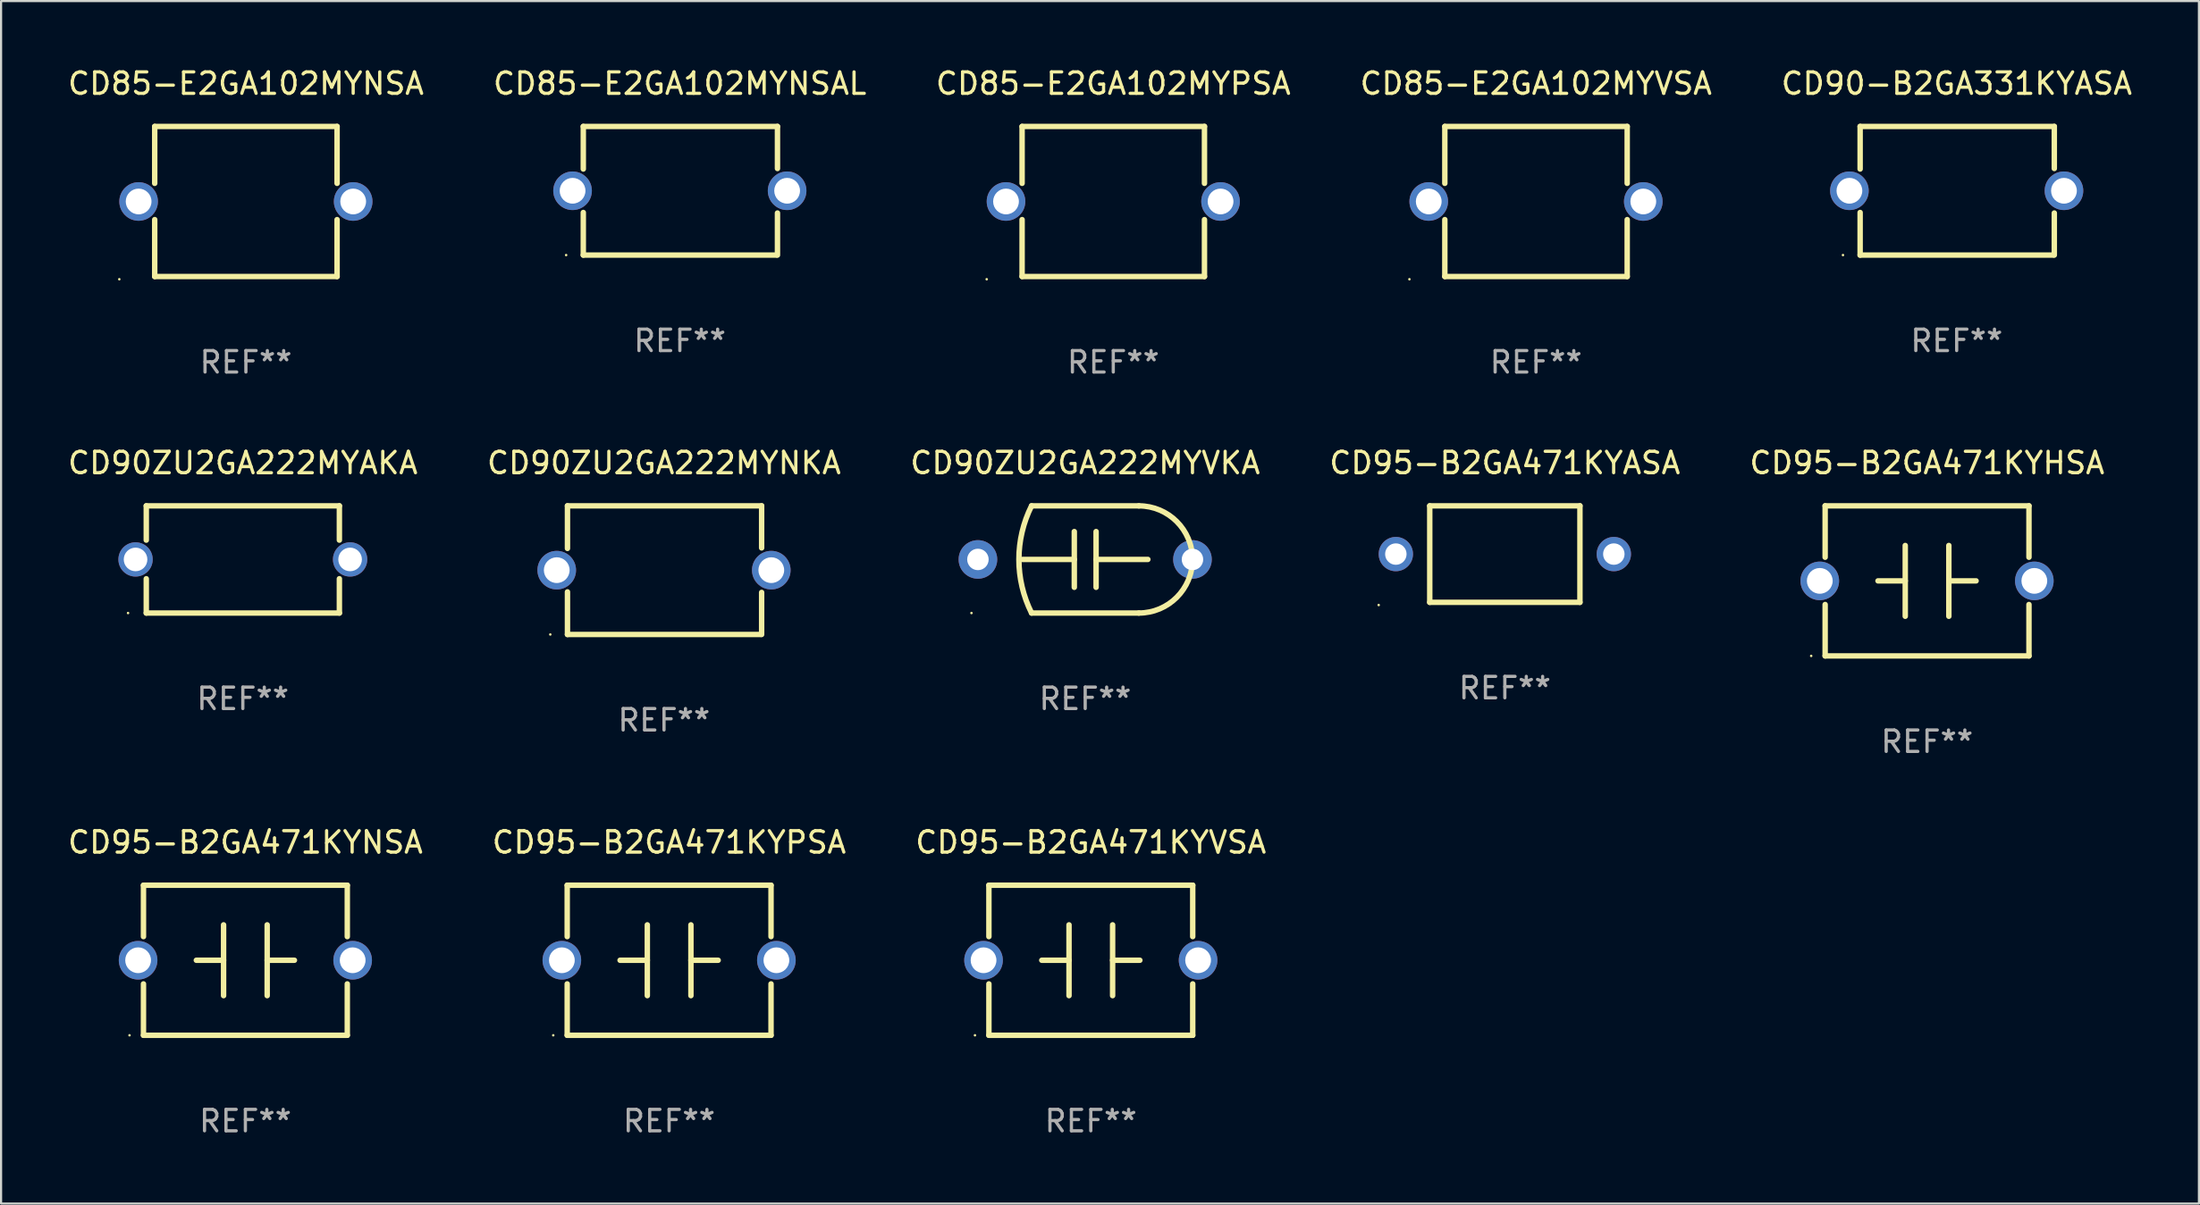
<source format=kicad_pcb>
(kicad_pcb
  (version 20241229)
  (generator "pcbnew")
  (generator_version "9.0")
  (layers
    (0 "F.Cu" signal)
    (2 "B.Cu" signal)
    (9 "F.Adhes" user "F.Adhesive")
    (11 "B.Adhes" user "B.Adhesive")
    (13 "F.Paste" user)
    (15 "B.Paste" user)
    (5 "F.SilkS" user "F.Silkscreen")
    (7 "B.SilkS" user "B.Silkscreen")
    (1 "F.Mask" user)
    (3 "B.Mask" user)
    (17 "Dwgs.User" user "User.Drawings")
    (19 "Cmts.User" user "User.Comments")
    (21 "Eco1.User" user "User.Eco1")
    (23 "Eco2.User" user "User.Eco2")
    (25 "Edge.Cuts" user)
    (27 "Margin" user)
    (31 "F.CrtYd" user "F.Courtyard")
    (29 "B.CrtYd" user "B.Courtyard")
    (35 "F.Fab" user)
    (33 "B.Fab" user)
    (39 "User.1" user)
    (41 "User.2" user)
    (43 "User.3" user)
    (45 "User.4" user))
  (footprint "CD95-B2GA471KYPSA"
    (layer "F.Cu")
    (at 28.137 41.741)
    (property "Reference" "CD95-B2GA471KYPSA" (at 0 -5.5 0) (layer "F.SilkS") (effects (font (size 1 1) (thickness 0.15))))
    (attr through_hole)
    (fp_line (start -4.75 -3.5) (end -4.75 -1.103) (stroke (width 0.254) (type solid)) (layer "F.SilkS"))
    (fp_line (start -4.75 -3.5) (end 4.75 -3.5) (stroke (width 0.254) (type solid)) (layer "F.SilkS"))
    (fp_line (start -4.75 1.103) (end -4.75 3.5) (stroke (width 0.254) (type solid)) (layer "F.SilkS"))
    (fp_line (start -1.016 0) (end -2.286 0) (stroke (width 0.254) (type solid)) (layer "F.SilkS"))
    (fp_line (start -1.016 1.651) (end -1.016 -1.651) (stroke (width 0.254) (type solid)) (layer "F.SilkS"))
    (fp_line (start 1.016 -1.651) (end 1.016 1.651) (stroke (width 0.254) (type solid)) (layer "F.SilkS"))
    (fp_line (start 1.016 0) (end 2.286 0) (stroke (width 0.254) (type solid)) (layer "F.SilkS"))
    (fp_line (start 4.75 -3.5) (end 4.75 -1.103) (stroke (width 0.254) (type solid)) (layer "F.SilkS"))
    (fp_line (start 4.75 1.103) (end 4.75 3.5) (stroke (width 0.254) (type solid)) (layer "F.SilkS"))
    (fp_line (start 4.75 3.5) (end -4.75 3.5) (stroke (width 0.254) (type solid)) (layer "F.SilkS"))
    (fp_circle (center -5.4 3.5) (end -5.37 3.5) (stroke (width 0.06) (type solid)) (fill no) (layer "F.SilkS"))
    (fp_text user "REF**" (at 0 7.5 0) (layer "F.Fab") (effects (font (size 1 1) (thickness 0.15))))
    (pad "1" thru_hole circle (at -5 0) (size 1.8 1.8) (drill 1.2) (layers "*.Cu" "*.Mask"))
    (pad "2" thru_hole circle (at 5 0) (size 1.8 1.8) (drill 1.2) (layers "*.Cu" "*.Mask")))
  (footprint "CD85-E2GA102MYPSA"
    (layer "F.Cu")
    (at 48.839 6.348)
    (property "Reference" "CD85-E2GA102MYPSA" (at 0 -5.5 0) (layer "F.SilkS") (effects (font (size 1 1) (thickness 0.15))))
    (attr through_hole)
    (fp_line (start -4.25 -3.5) (end -4.25 -0.846) (stroke (width 0.254) (type solid)) (layer "F.SilkS"))
    (fp_line (start -4.25 -3.5) (end 4.25 -3.5) (stroke (width 0.254) (type solid)) (layer "F.SilkS"))
    (fp_line (start -4.25 0.846) (end -4.25 3.5) (stroke (width 0.254) (type solid)) (layer "F.SilkS"))
    (fp_line (start 4.25 -3.5) (end 4.25 -0.846) (stroke (width 0.254) (type solid)) (layer "F.SilkS"))
    (fp_line (start 4.25 0.846) (end 4.25 3.5) (stroke (width 0.254) (type solid)) (layer "F.SilkS"))
    (fp_line (start 4.25 3.5) (end -4.25 3.5) (stroke (width 0.254) (type solid)) (layer "F.SilkS"))
    (fp_circle (center -5.9 3.627) (end -5.87 3.627) (stroke (width 0.06) (type solid)) (fill no) (layer "F.SilkS"))
    (fp_text user "REF**" (at 0 7.5 0) (layer "F.Fab") (effects (font (size 1 1) (thickness 0.15))))
    (pad "1" thru_hole circle (at -5 0) (size 1.8 1.8) (drill 1.2) (layers "*.Cu" "*.Mask"))
    (pad "2" thru_hole circle (at 5 0) (size 1.8 1.8) (drill 1.2) (layers "*.Cu" "*.Mask")))
  (footprint "CD85-E2GA102MYNSAL"
    (layer "F.Cu")
    (at 28.637 5.848)
    (property "Reference" "CD85-E2GA102MYNSAL" (at 0 -5 0) (layer "F.SilkS") (effects (font (size 1 1) (thickness 0.15))))
    (attr through_hole)
    (fp_line (start -4.5 -3) (end -4.5 -1.014) (stroke (width 0.254) (type solid)) (layer "F.SilkS"))
    (fp_line (start -4.5 -3) (end 4.55 -3) (stroke (width 0.254) (type solid)) (layer "F.SilkS"))
    (fp_line (start -4.5 1.014) (end -4.5 3) (stroke (width 0.254) (type solid)) (layer "F.SilkS"))
    (fp_line (start -4.5 3) (end 4.5 3) (stroke (width 0.254) (type solid)) (layer "F.SilkS"))
    (fp_line (start 4.55 -3) (end 4.55 -1.038) (stroke (width 0.254) (type solid)) (layer "F.SilkS"))
    (fp_line (start 4.55 1.038) (end 4.55 3) (stroke (width 0.254) (type solid)) (layer "F.SilkS"))
    (fp_circle (center -5.3 3) (end -5.27 3) (stroke (width 0.06) (type solid)) (fill no) (layer "F.SilkS"))
    (fp_text user "REF**" (at 0 7 0) (layer "F.Fab") (effects (font (size 1 1) (thickness 0.15))))
    (pad "1" thru_hole circle (at -5 0) (size 1.8 1.8) (drill 1.2) (layers "*.Cu" "*.Mask"))
    (pad "2" thru_hole circle (at 5 0) (size 1.8 1.8) (drill 1.2) (layers "*.Cu" "*.Mask")))
  (footprint "CD95-B2GA471KYVSA"
    (layer "F.Cu")
    (at 47.792 41.741)
    (property "Reference" "CD95-B2GA471KYVSA" (at 0 -5.5 0) (layer "F.SilkS") (effects (font (size 1 1) (thickness 0.15))))
    (attr through_hole)
    (fp_line (start -4.75 -3.5) (end -4.75 -1.103) (stroke (width 0.254) (type solid)) (layer "F.SilkS"))
    (fp_line (start -4.75 -3.5) (end 4.75 -3.5) (stroke (width 0.254) (type solid)) (layer "F.SilkS"))
    (fp_line (start -4.75 1.103) (end -4.75 3.5) (stroke (width 0.254) (type solid)) (layer "F.SilkS"))
    (fp_line (start -1.016 0) (end -2.286 0) (stroke (width 0.254) (type solid)) (layer "F.SilkS"))
    (fp_line (start -1.016 1.651) (end -1.016 -1.651) (stroke (width 0.254) (type solid)) (layer "F.SilkS"))
    (fp_line (start 1.016 -1.651) (end 1.016 1.651) (stroke (width 0.254) (type solid)) (layer "F.SilkS"))
    (fp_line (start 1.016 0) (end 2.286 0) (stroke (width 0.254) (type solid)) (layer "F.SilkS"))
    (fp_line (start 4.75 -3.5) (end 4.75 -1.103) (stroke (width 0.254) (type solid)) (layer "F.SilkS"))
    (fp_line (start 4.75 1.103) (end 4.75 3.5) (stroke (width 0.254) (type solid)) (layer "F.SilkS"))
    (fp_line (start 4.75 3.5) (end -4.75 3.5) (stroke (width 0.254) (type solid)) (layer "F.SilkS"))
    (fp_circle (center -5.4 3.5) (end -5.37 3.5) (stroke (width 0.06) (type solid)) (fill no) (layer "F.SilkS"))
    (fp_text user "REF**" (at 0 7.5 0) (layer "F.Fab") (effects (font (size 1 1) (thickness 0.15))))
    (pad "1" thru_hole circle (at -5 0) (size 1.8 1.8) (drill 1.2) (layers "*.Cu" "*.Mask"))
    (pad "2" thru_hole circle (at 5 0) (size 1.8 1.8) (drill 1.2) (layers "*.Cu" "*.Mask")))
  (footprint "CD95-B2GA471KYNSA"
    (layer "F.Cu")
    (at 8.387 41.741)
    (property "Reference" "CD95-B2GA471KYNSA" (at 0 -5.5 0) (layer "F.SilkS") (effects (font (size 1 1) (thickness 0.15))))
    (attr through_hole)
    (fp_line (start -4.75 -3.5) (end -4.75 -1.103) (stroke (width 0.254) (type solid)) (layer "F.SilkS"))
    (fp_line (start -4.75 -3.5) (end 4.75 -3.5) (stroke (width 0.254) (type solid)) (layer "F.SilkS"))
    (fp_line (start -4.75 1.103) (end -4.75 3.5) (stroke (width 0.254) (type solid)) (layer "F.SilkS"))
    (fp_line (start -1.016 0) (end -2.286 0) (stroke (width 0.254) (type solid)) (layer "F.SilkS"))
    (fp_line (start -1.016 1.651) (end -1.016 -1.651) (stroke (width 0.254) (type solid)) (layer "F.SilkS"))
    (fp_line (start 1.016 -1.651) (end 1.016 1.651) (stroke (width 0.254) (type solid)) (layer "F.SilkS"))
    (fp_line (start 1.016 0) (end 2.286 0) (stroke (width 0.254) (type solid)) (layer "F.SilkS"))
    (fp_line (start 4.75 -3.5) (end 4.75 -1.103) (stroke (width 0.254) (type solid)) (layer "F.SilkS"))
    (fp_line (start 4.75 1.103) (end 4.75 3.5) (stroke (width 0.254) (type solid)) (layer "F.SilkS"))
    (fp_line (start 4.75 3.5) (end -4.75 3.5) (stroke (width 0.254) (type solid)) (layer "F.SilkS"))
    (fp_circle (center -5.4 3.5) (end -5.37 3.5) (stroke (width 0.06) (type solid)) (fill no) (layer "F.SilkS"))
    (fp_text user "REF**" (at 0 7.5 0) (layer "F.Fab") (effects (font (size 1 1) (thickness 0.15))))
    (pad "1" thru_hole circle (at -5 0) (size 1.8 1.8) (drill 1.2) (layers "*.Cu" "*.Mask"))
    (pad "2" thru_hole circle (at 5 0) (size 1.8 1.8) (drill 1.2) (layers "*.Cu" "*.Mask")))
  (footprint "CD85-E2GA102MYVSA"
    (layer "F.Cu")
    (at 68.542 6.348)
    (property "Reference" "CD85-E2GA102MYVSA" (at 0 -5.5 0) (layer "F.SilkS") (effects (font (size 1 1) (thickness 0.15))))
    (attr through_hole)
    (fp_line (start -4.25 -3.5) (end -4.25 -0.846) (stroke (width 0.254) (type solid)) (layer "F.SilkS"))
    (fp_line (start -4.25 -3.5) (end 4.25 -3.5) (stroke (width 0.254) (type solid)) (layer "F.SilkS"))
    (fp_line (start -4.25 0.846) (end -4.25 3.5) (stroke (width 0.254) (type solid)) (layer "F.SilkS"))
    (fp_line (start 4.25 -3.5) (end 4.25 -0.846) (stroke (width 0.254) (type solid)) (layer "F.SilkS"))
    (fp_line (start 4.25 0.846) (end 4.25 3.5) (stroke (width 0.254) (type solid)) (layer "F.SilkS"))
    (fp_line (start 4.25 3.5) (end -4.25 3.5) (stroke (width 0.254) (type solid)) (layer "F.SilkS"))
    (fp_circle (center -5.9 3.627) (end -5.87 3.627) (stroke (width 0.06) (type solid)) (fill no) (layer "F.SilkS"))
    (fp_text user "REF**" (at 0 7.5 0) (layer "F.Fab") (effects (font (size 1 1) (thickness 0.15))))
    (pad "1" thru_hole circle (at -5 0) (size 1.8 1.8) (drill 1.2) (layers "*.Cu" "*.Mask"))
    (pad "2" thru_hole circle (at 5 0) (size 1.8 1.8) (drill 1.2) (layers "*.Cu" "*.Mask")))
  (footprint "CD90ZU2GA222MYVKA"
    (layer "F.Cu")
    (at 47.53 23.045)
    (property "Reference" "CD90ZU2GA222MYVKA" (at 0 -4.5 0) (layer "F.SilkS") (effects (font (size 1 1) (thickness 0.15))))
    (attr through_hole)
    (fp_line (start -2.5 -2.5) (end 2.5 -2.5) (stroke (width 0.254) (type solid)) (layer "F.SilkS"))
    (fp_line (start -0.508 -1.3) (end -0.508 1.3) (stroke (width 0.254) (type solid)) (layer "F.SilkS"))
    (fp_line (start -0.508 0.000305) (end -2.921 0.000305) (stroke (width 0.254) (type solid)) (layer "F.SilkS"))
    (fp_line (start 0.508 -0.000305) (end 2.921 -0.000305) (stroke (width 0.254) (type solid)) (layer "F.SilkS"))
    (fp_line (start 0.508 1.3) (end 0.508 -1.3) (stroke (width 0.254) (type solid)) (layer "F.SilkS"))
    (fp_line (start 2.5 2.5) (end -2.5 2.5) (stroke (width 0.254) (type solid)) (layer "F.SilkS"))
    (fp_arc (start -2.499365 2.499365) (mid -3.089676 -0.000243) (end -2.5 -2.5) (stroke (width 0.254001) (type solid)) (layer "F.SilkS"))
    (fp_arc (start 2.499366 -2.499364) (mid 4.99906 0.000001) (end 2.5 2.5) (stroke (width 0.254001) (type solid)) (layer "F.SilkS"))
    (fp_circle (center -5.3 2.5) (end -5.27 2.5) (stroke (width 0.06) (type solid)) (fill no) (layer "F.SilkS"))
    (fp_text user "REF**" (at 0 6.5 0) (layer "F.Fab") (effects (font (size 1 1) (thickness 0.15))))
    (pad "1" thru_hole circle (at -5 0) (size 1.8 1.8) (drill 1) (layers "*.Cu" "*.Mask"))
    (pad "2" thru_hole circle (at 5 0) (size 1.8 1.8) (drill 1) (layers "*.Cu" "*.Mask")))
  (footprint "CD90-B2GA331KYASA"
    (layer "F.Cu")
    (at 88.149 5.848)
    (property "Reference" "CD90-B2GA331KYASA" (at 0 -5 0) (layer "F.SilkS") (effects (font (size 1 1) (thickness 0.15))))
    (attr through_hole)
    (fp_line (start -4.5 -3) (end -4.5 -1.014) (stroke (width 0.254) (type solid)) (layer "F.SilkS"))
    (fp_line (start -4.5 -3) (end 4.55 -3) (stroke (width 0.254) (type solid)) (layer "F.SilkS"))
    (fp_line (start -4.5 1.014) (end -4.5 3) (stroke (width 0.254) (type solid)) (layer "F.SilkS"))
    (fp_line (start -4.5 3) (end 4.5 3) (stroke (width 0.254) (type solid)) (layer "F.SilkS"))
    (fp_line (start 4.55 -3) (end 4.55 -1.038) (stroke (width 0.254) (type solid)) (layer "F.SilkS"))
    (fp_line (start 4.55 1.038) (end 4.55 3) (stroke (width 0.254) (type solid)) (layer "F.SilkS"))
    (fp_circle (center -5.3 3) (end -5.27 3) (stroke (width 0.06) (type solid)) (fill no) (layer "F.SilkS"))
    (fp_text user "REF**" (at 0 7 0) (layer "F.Fab") (effects (font (size 1 1) (thickness 0.15))))
    (pad "1" thru_hole circle (at -5 0) (size 1.8 1.8) (drill 1.2) (layers "*.Cu" "*.Mask"))
    (pad "2" thru_hole circle (at 5 0) (size 1.8 1.8) (drill 1.2) (layers "*.Cu" "*.Mask")))
  (footprint "CD90ZU2GA222MYNKA"
    (layer "F.Cu")
    (at 27.899 23.545)
    (property "Reference" "CD90ZU2GA222MYNKA" (at 0 -5 0) (layer "F.SilkS") (effects (font (size 1 1) (thickness 0.15))))
    (attr through_hole)
    (fp_line (start -4.5 -3) (end -4.5 -1.014) (stroke (width 0.254) (type solid)) (layer "F.SilkS"))
    (fp_line (start -4.5 -3) (end 4.55 -3) (stroke (width 0.254) (type solid)) (layer "F.SilkS"))
    (fp_line (start -4.5 1.014) (end -4.5 3) (stroke (width 0.254) (type solid)) (layer "F.SilkS"))
    (fp_line (start -4.5 3) (end 4.5 3) (stroke (width 0.254) (type solid)) (layer "F.SilkS"))
    (fp_line (start 4.55 -3) (end 4.55 -1.038) (stroke (width 0.254) (type solid)) (layer "F.SilkS"))
    (fp_line (start 4.55 1.038) (end 4.55 3) (stroke (width 0.254) (type solid)) (layer "F.SilkS"))
    (fp_circle (center -5.3 3) (end -5.27 3) (stroke (width 0.06) (type solid)) (fill no) (layer "F.SilkS"))
    (fp_text user "REF**" (at 0 7 0) (layer "F.Fab") (effects (font (size 1 1) (thickness 0.15))))
    (pad "1" thru_hole circle (at -5 0) (size 1.8 1.8) (drill 1.2) (layers "*.Cu" "*.Mask"))
    (pad "2" thru_hole circle (at 5 0) (size 1.8 1.8) (drill 1.2) (layers "*.Cu" "*.Mask")))
  (footprint "CD90ZU2GA222MYAKA"
    (layer "F.Cu")
    (at 8.268 23.045)
    (property "Reference" "CD90ZU2GA222MYAKA" (at 0 -4.5 0) (layer "F.SilkS") (effects (font (size 1 1) (thickness 0.15))))
    (attr through_hole)
    (fp_line (start -4.5 -2.5) (end 4.5 -2.5) (stroke (width 0.254) (type solid)) (layer "F.SilkS"))
    (fp_line (start -4.5 -0.901) (end -4.5 -2.5) (stroke (width 0.254) (type solid)) (layer "F.SilkS"))
    (fp_line (start -4.5 2.5) (end -4.5 0.901) (stroke (width 0.254) (type solid)) (layer "F.SilkS"))
    (fp_line (start -4.5 2.5) (end 4.5 2.5) (stroke (width 0.254) (type solid)) (layer "F.SilkS"))
    (fp_line (start 4.5 -0.901) (end 4.5 -2.5) (stroke (width 0.254) (type solid)) (layer "F.SilkS"))
    (fp_line (start 4.5 2.5) (end 4.5 0.901) (stroke (width 0.254) (type solid)) (layer "F.SilkS"))
    (fp_circle (center -5.35 2.5) (end -5.32 2.5) (stroke (width 0.06) (type solid)) (fill no) (layer "F.SilkS"))
    (fp_text user "REF**" (at 0 6.5 0) (layer "F.Fab") (effects (font (size 1 1) (thickness 0.15))))
    (pad "1" thru_hole circle (at -5 0) (size 1.6 1.6) (drill 1.1) (layers "*.Cu" "*.Mask"))
    (pad "2" thru_hole circle (at 5 0) (size 1.6 1.6) (drill 1.1) (layers "*.Cu" "*.Mask")))
  (footprint "CD85-E2GA102MYNSA"
    (layer "F.Cu")
    (at 8.411 6.348)
    (property "Reference" "CD85-E2GA102MYNSA" (at 0 -5.5 0) (layer "F.SilkS") (effects (font (size 1 1) (thickness 0.15))))
    (attr through_hole)
    (fp_line (start -4.25 -3.5) (end -4.25 -0.846) (stroke (width 0.254) (type solid)) (layer "F.SilkS"))
    (fp_line (start -4.25 -3.5) (end 4.25 -3.5) (stroke (width 0.254) (type solid)) (layer "F.SilkS"))
    (fp_line (start -4.25 0.846) (end -4.25 3.5) (stroke (width 0.254) (type solid)) (layer "F.SilkS"))
    (fp_line (start 4.25 -3.5) (end 4.25 -0.846) (stroke (width 0.254) (type solid)) (layer "F.SilkS"))
    (fp_line (start 4.25 0.846) (end 4.25 3.5) (stroke (width 0.254) (type solid)) (layer "F.SilkS"))
    (fp_line (start 4.25 3.5) (end -4.25 3.5) (stroke (width 0.254) (type solid)) (layer "F.SilkS"))
    (fp_circle (center -5.9 3.627) (end -5.87 3.627) (stroke (width 0.06) (type solid)) (fill no) (layer "F.SilkS"))
    (fp_text user "REF**" (at 0 7.5 0) (layer "F.Fab") (effects (font (size 1 1) (thickness 0.15))))
    (pad "1" thru_hole circle (at -5 0) (size 1.8 1.8) (drill 1.2) (layers "*.Cu" "*.Mask"))
    (pad "2" thru_hole circle (at 5 0) (size 1.8 1.8) (drill 1.2) (layers "*.Cu" "*.Mask")))
  (footprint "CD95-B2GA471KYASA"
    (layer "F.Cu")
    (at 67.089 22.795)
    (property "Reference" "CD95-B2GA471KYASA" (at 0 -4.25 0) (layer "F.SilkS") (effects (font (size 1 1) (thickness 0.15))))
    (attr through_hole)
    (fp_line (start -3.5 -2.25) (end 3.5 -2.25) (stroke (width 0.254) (type solid)) (layer "F.SilkS"))
    (fp_line (start -3.5 2.25) (end -3.5 -2.25) (stroke (width 0.254) (type solid)) (layer "F.SilkS"))
    (fp_line (start 3.5 -2.25) (end 3.5 2.25) (stroke (width 0.254) (type solid)) (layer "F.SilkS"))
    (fp_line (start 3.5 2.25) (end -3.5 2.25) (stroke (width 0.254) (type solid)) (layer "F.SilkS"))
    (fp_circle (center -5.88 2.377) (end -5.85 2.377) (stroke (width 0.06) (type solid)) (fill no) (layer "F.SilkS"))
    (fp_text user "REF**" (at 0 6.25 0) (layer "F.Fab") (effects (font (size 1 1) (thickness 0.15))))
    (pad "1" thru_hole circle (at -5.08 0) (size 1.6 1.6) (drill 1) (layers "*.Cu" "*.Mask"))
    (pad "2" thru_hole circle (at 5.08 0) (size 1.6 1.6) (drill 1) (layers "*.Cu" "*.Mask")))
  (footprint "CD95-B2GA471KYHSA"
    (layer "F.Cu")
    (at 86.768 24.045)
    (property "Reference" "CD95-B2GA471KYHSA" (at 0 -5.5 0) (layer "F.SilkS") (effects (font (size 1 1) (thickness 0.15))))
    (attr through_hole)
    (fp_line (start -4.75 -3.5) (end -4.75 -1.103) (stroke (width 0.254) (type solid)) (layer "F.SilkS"))
    (fp_line (start -4.75 -3.5) (end 4.75 -3.5) (stroke (width 0.254) (type solid)) (layer "F.SilkS"))
    (fp_line (start -4.75 1.103) (end -4.75 3.5) (stroke (width 0.254) (type solid)) (layer "F.SilkS"))
    (fp_line (start -1.016 0) (end -2.286 0) (stroke (width 0.254) (type solid)) (layer "F.SilkS"))
    (fp_line (start -1.016 1.651) (end -1.016 -1.651) (stroke (width 0.254) (type solid)) (layer "F.SilkS"))
    (fp_line (start 1.016 -1.651) (end 1.016 1.651) (stroke (width 0.254) (type solid)) (layer "F.SilkS"))
    (fp_line (start 1.016 0) (end 2.286 0) (stroke (width 0.254) (type solid)) (layer "F.SilkS"))
    (fp_line (start 4.75 -3.5) (end 4.75 -1.103) (stroke (width 0.254) (type solid)) (layer "F.SilkS"))
    (fp_line (start 4.75 1.103) (end 4.75 3.5) (stroke (width 0.254) (type solid)) (layer "F.SilkS"))
    (fp_line (start 4.75 3.5) (end -4.75 3.5) (stroke (width 0.254) (type solid)) (layer "F.SilkS"))
    (fp_circle (center -5.4 3.5) (end -5.37 3.5) (stroke (width 0.06) (type solid)) (fill no) (layer "F.SilkS"))
    (fp_text user "REF**" (at 0 7.5 0) (layer "F.Fab") (effects (font (size 1 1) (thickness 0.15))))
    (pad "1" thru_hole circle (at -5 0) (size 1.8 1.8) (drill 1.2) (layers "*.Cu" "*.Mask"))
    (pad "2" thru_hole circle (at 5 0) (size 1.8 1.8) (drill 1.2) (layers "*.Cu" "*.Mask")))
  (gr_rect
    (start -3 -3)
    (end 99.44 53.09)
    (stroke (width 0.1) (type default))
    (fill no)
    (layer "Edge.Cuts")))
</source>
